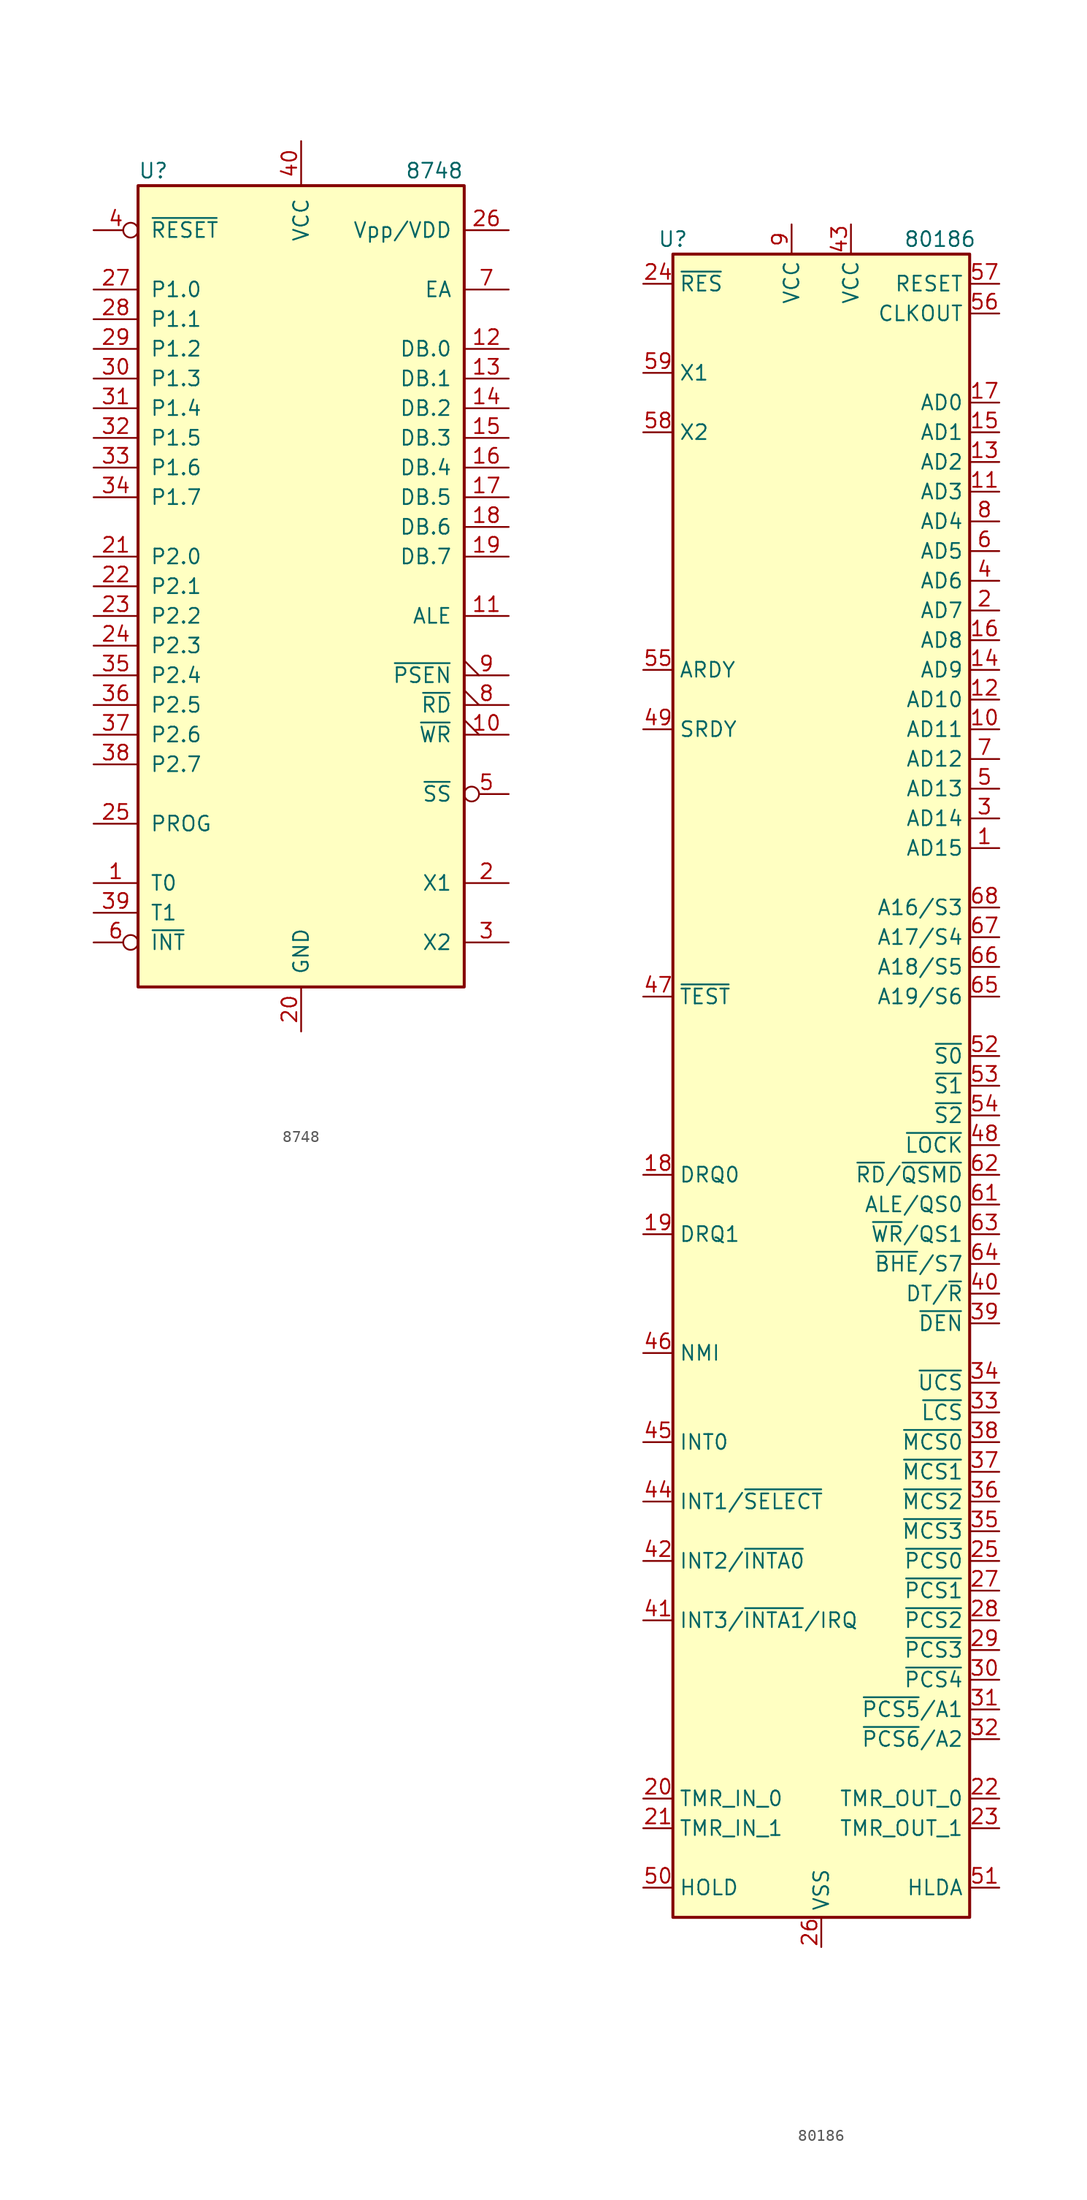
<source format=kicad_sym>
(kicad_symbol_lib
  (version 20211014)
  (generator kicad_symbol_editor)
  (symbol "8748"
    (pin_names
      (offset 1.016))
    (property "Reference" "U"
      (at -13.97 35.56 0)
      (effects (font (size 1.27 1.27)) (justify left)))
    (property "Value" "8748"
      (at 8.89 35.56 0)
      (effects (font (size 1.27 1.27)) (justify left)))
    (symbol "8748_1_1"
      (rectangle (start -13.97 -34.29) (end 13.97 34.29) (stroke (width 0.254) (type default) (color 0 0 0 0)) (fill (type background)))
      (pin input line (at -17.78 -25.4 0) (length 3.81) (name "T0" (effects (font (size 1.27 1.27)))) (number "1" (effects (font (size 1.27 1.27)))))
      (pin output output_low (at 17.78 -12.7 180) (length 3.81) (name "~{WR}" (effects (font (size 1.27 1.27)))) (number "10" (effects (font (size 1.27 1.27)))))
      (pin output line (at 17.78 -2.54 180) (length 3.81) (name "ALE" (effects (font (size 1.27 1.27)))) (number "11" (effects (font (size 1.27 1.27)))))
      (pin bidirectional line (at 17.78 20.32 180) (length 3.81) (name "DB.0" (effects (font (size 1.27 1.27)))) (number "12" (effects (font (size 1.27 1.27)))))
      (pin bidirectional line (at 17.78 17.78 180) (length 3.81) (name "DB.1" (effects (font (size 1.27 1.27)))) (number "13" (effects (font (size 1.27 1.27)))))
      (pin bidirectional line (at 17.78 15.24 180) (length 3.81) (name "DB.2" (effects (font (size 1.27 1.27)))) (number "14" (effects (font (size 1.27 1.27)))))
      (pin bidirectional line (at 17.78 12.7 180) (length 3.81) (name "DB.3" (effects (font (size 1.27 1.27)))) (number "15" (effects (font (size 1.27 1.27)))))
      (pin bidirectional line (at 17.78 10.16 180) (length 3.81) (name "DB.4" (effects (font (size 1.27 1.27)))) (number "16" (effects (font (size 1.27 1.27)))))
      (pin bidirectional line (at 17.78 7.62 180) (length 3.81) (name "DB.5" (effects (font (size 1.27 1.27)))) (number "17" (effects (font (size 1.27 1.27)))))
      (pin bidirectional line (at 17.78 5.08 180) (length 3.81) (name "DB.6" (effects (font (size 1.27 1.27)))) (number "18" (effects (font (size 1.27 1.27)))))
      (pin bidirectional line (at 17.78 2.54 180) (length 3.81) (name "DB.7" (effects (font (size 1.27 1.27)))) (number "19" (effects (font (size 1.27 1.27)))))
      (pin input line (at 17.78 -25.4 180) (length 3.81) (name "X1" (effects (font (size 1.27 1.27)))) (number "2" (effects (font (size 1.27 1.27)))))
      (pin power_in line (at 0 -38.1 90) (length 3.81) (name "GND" (effects (font (size 1.27 1.27)))) (number "20" (effects (font (size 1.27 1.27)))))
      (pin bidirectional line (at -17.78 2.54 0) (length 3.81) (name "P2.0" (effects (font (size 1.27 1.27)))) (number "21" (effects (font (size 1.27 1.27)))))
      (pin bidirectional line (at -17.78 0 0) (length 3.81) (name "P2.1" (effects (font (size 1.27 1.27)))) (number "22" (effects (font (size 1.27 1.27)))))
      (pin bidirectional line (at -17.78 -2.54 0) (length 3.81) (name "P2.2" (effects (font (size 1.27 1.27)))) (number "23" (effects (font (size 1.27 1.27)))))
      (pin bidirectional line (at -17.78 -5.08 0) (length 3.81) (name "P2.3" (effects (font (size 1.27 1.27)))) (number "24" (effects (font (size 1.27 1.27)))))
      (pin output line (at -17.78 -20.32 0) (length 3.81) (name "PROG" (effects (font (size 1.27 1.27)))) (number "25" (effects (font (size 1.27 1.27)))))
      (pin power_in line (at 17.78 30.48 180) (length 3.81) (name "Vpp/VDD" (effects (font (size 1.27 1.27)))) (number "26" (effects (font (size 1.27 1.27)))))
      (pin bidirectional line (at -17.78 25.4 0) (length 3.81) (name "P1.0" (effects (font (size 1.27 1.27)))) (number "27" (effects (font (size 1.27 1.27)))))
      (pin bidirectional line (at -17.78 22.86 0) (length 3.81) (name "P1.1" (effects (font (size 1.27 1.27)))) (number "28" (effects (font (size 1.27 1.27)))))
      (pin bidirectional line (at -17.78 20.32 0) (length 3.81) (name "P1.2" (effects (font (size 1.27 1.27)))) (number "29" (effects (font (size 1.27 1.27)))))
      (pin output line (at 17.78 -30.48 180) (length 3.81) (name "X2" (effects (font (size 1.27 1.27)))) (number "3" (effects (font (size 1.27 1.27)))))
      (pin bidirectional line (at -17.78 17.78 0) (length 3.81) (name "P1.3" (effects (font (size 1.27 1.27)))) (number "30" (effects (font (size 1.27 1.27)))))
      (pin bidirectional line (at -17.78 15.24 0) (length 3.81) (name "P1.4" (effects (font (size 1.27 1.27)))) (number "31" (effects (font (size 1.27 1.27)))))
      (pin bidirectional line (at -17.78 12.7 0) (length 3.81) (name "P1.5" (effects (font (size 1.27 1.27)))) (number "32" (effects (font (size 1.27 1.27)))))
      (pin bidirectional line (at -17.78 10.16 0) (length 3.81) (name "P1.6" (effects (font (size 1.27 1.27)))) (number "33" (effects (font (size 1.27 1.27)))))
      (pin bidirectional line (at -17.78 7.62 0) (length 3.81) (name "P1.7" (effects (font (size 1.27 1.27)))) (number "34" (effects (font (size 1.27 1.27)))))
      (pin bidirectional line (at -17.78 -7.62 0) (length 3.81) (name "P2.4" (effects (font (size 1.27 1.27)))) (number "35" (effects (font (size 1.27 1.27)))))
      (pin bidirectional line (at -17.78 -10.16 0) (length 3.81) (name "P2.5" (effects (font (size 1.27 1.27)))) (number "36" (effects (font (size 1.27 1.27)))))
      (pin bidirectional line (at -17.78 -12.7 0) (length 3.81) (name "P2.6" (effects (font (size 1.27 1.27)))) (number "37" (effects (font (size 1.27 1.27)))))
      (pin bidirectional line (at -17.78 -15.24 0) (length 3.81) (name "P2.7" (effects (font (size 1.27 1.27)))) (number "38" (effects (font (size 1.27 1.27)))))
      (pin input line (at -17.78 -27.94 0) (length 3.81) (name "T1" (effects (font (size 1.27 1.27)))) (number "39" (effects (font (size 1.27 1.27)))))
      (pin input inverted (at -17.78 30.48 0) (length 3.81) (name "~{RESET}" (effects (font (size 1.27 1.27)))) (number "4" (effects (font (size 1.27 1.27)))))
      (pin power_in line (at 0 38.1 270) (length 3.81) (name "VCC" (effects (font (size 1.27 1.27)))) (number "40" (effects (font (size 1.27 1.27)))))
      (pin input inverted (at 17.78 -17.78 180) (length 3.81) (name "~{SS}" (effects (font (size 1.27 1.27)))) (number "5" (effects (font (size 1.27 1.27)))))
      (pin input inverted (at -17.78 -30.48 0) (length 3.81) (name "~{INT}" (effects (font (size 1.27 1.27)))) (number "6" (effects (font (size 1.27 1.27)))))
      (pin input line (at 17.78 25.4 180) (length 3.81) (name "EA" (effects (font (size 1.27 1.27)))) (number "7" (effects (font (size 1.27 1.27)))))
      (pin output output_low (at 17.78 -10.16 180) (length 3.81) (name "~{RD}" (effects (font (size 1.27 1.27)))) (number "8" (effects (font (size 1.27 1.27)))))
      (pin output output_low (at 17.78 -7.62 180) (length 3.81) (name "~{PSEN}" (effects (font (size 1.27 1.27)))) (number "9" (effects (font (size 1.27 1.27)))))))
  (symbol "80186"
    (property "Reference" "U"
      (at -12.7 72.39 0)
      (effects (font (size 1.27 1.27))))
    (property "Value" "80186"
      (at 10.16 72.39 0)
      (effects (font (size 1.27 1.27))))
    (symbol "80186_0_1"
      (rectangle (start 12.7 -71.12) (end -12.7 71.12) (stroke (width 0.254) (type default) (color 0 0 0 0)) (fill (type background))))
    (symbol "80186_1_1"
      (pin bidirectional line (at 15.24 20.32 180) (length 2.54) (name "AD15" (effects (font (size 1.27 1.27)))) (number "1" (effects (font (size 1.27 1.27)))))
      (pin bidirectional line (at 15.24 30.48 180) (length 2.54) (name "AD11" (effects (font (size 1.27 1.27)))) (number "10" (effects (font (size 1.27 1.27)))))
      (pin bidirectional line (at 15.24 50.8 180) (length 2.54) (name "AD3" (effects (font (size 1.27 1.27)))) (number "11" (effects (font (size 1.27 1.27)))))
      (pin bidirectional line (at 15.24 33.02 180) (length 2.54) (name "AD10" (effects (font (size 1.27 1.27)))) (number "12" (effects (font (size 1.27 1.27)))))
      (pin bidirectional line (at 15.24 53.34 180) (length 2.54) (name "AD2" (effects (font (size 1.27 1.27)))) (number "13" (effects (font (size 1.27 1.27)))))
      (pin bidirectional line (at 15.24 35.56 180) (length 2.54) (name "AD9" (effects (font (size 1.27 1.27)))) (number "14" (effects (font (size 1.27 1.27)))))
      (pin bidirectional line (at 15.24 55.88 180) (length 2.54) (name "AD1" (effects (font (size 1.27 1.27)))) (number "15" (effects (font (size 1.27 1.27)))))
      (pin bidirectional line (at 15.24 38.1 180) (length 2.54) (name "AD8" (effects (font (size 1.27 1.27)))) (number "16" (effects (font (size 1.27 1.27)))))
      (pin bidirectional line (at 15.24 58.42 180) (length 2.54) (name "AD0" (effects (font (size 1.27 1.27)))) (number "17" (effects (font (size 1.27 1.27)))))
      (pin input line (at -15.24 -7.62 0) (length 2.54) (name "DRQ0" (effects (font (size 1.27 1.27)))) (number "18" (effects (font (size 1.27 1.27)))))
      (pin input line (at -15.24 -12.7 0) (length 2.54) (name "DRQ1" (effects (font (size 1.27 1.27)))) (number "19" (effects (font (size 1.27 1.27)))))
      (pin bidirectional line (at 15.24 40.64 180) (length 2.54) (name "AD7" (effects (font (size 1.27 1.27)))) (number "2" (effects (font (size 1.27 1.27)))))
      (pin input line (at -15.24 -60.96 0) (length 2.54) (name "TMR_IN_0" (effects (font (size 1.27 1.27)))) (number "20" (effects (font (size 1.27 1.27)))))
      (pin input line (at -15.24 -63.5 0) (length 2.54) (name "TMR_IN_1" (effects (font (size 1.27 1.27)))) (number "21" (effects (font (size 1.27 1.27)))))
      (pin output line (at 15.24 -60.96 180) (length 2.54) (name "TMR_OUT_0" (effects (font (size 1.27 1.27)))) (number "22" (effects (font (size 1.27 1.27)))))
      (pin output line (at 15.24 -63.5 180) (length 2.54) (name "TMR_OUT_1" (effects (font (size 1.27 1.27)))) (number "23" (effects (font (size 1.27 1.27)))))
      (pin input line (at -15.24 68.58 0) (length 2.54) (name "~{RES}" (effects (font (size 1.27 1.27)))) (number "24" (effects (font (size 1.27 1.27)))))
      (pin output line (at 15.24 -40.64 180) (length 2.54) (name "~{PCS0}" (effects (font (size 1.27 1.27)))) (number "25" (effects (font (size 1.27 1.27)))))
      (pin power_in line (at 0 -73.66 90) (length 2.54) (name "VSS" (effects (font (size 1.27 1.27)))) (number "26" (effects (font (size 1.27 1.27)))))
      (pin output line (at 15.24 -43.18 180) (length 2.54) (name "~{PCS1}" (effects (font (size 1.27 1.27)))) (number "27" (effects (font (size 1.27 1.27)))))
      (pin output line (at 15.24 -45.72 180) (length 2.54) (name "~{PCS2}" (effects (font (size 1.27 1.27)))) (number "28" (effects (font (size 1.27 1.27)))))
      (pin output line (at 15.24 -48.26 180) (length 2.54) (name "~{PCS3}" (effects (font (size 1.27 1.27)))) (number "29" (effects (font (size 1.27 1.27)))))
      (pin bidirectional line (at 15.24 22.86 180) (length 2.54) (name "AD14" (effects (font (size 1.27 1.27)))) (number "3" (effects (font (size 1.27 1.27)))))
      (pin output line (at 15.24 -50.8 180) (length 2.54) (name "~{PCS4}" (effects (font (size 1.27 1.27)))) (number "30" (effects (font (size 1.27 1.27)))))
      (pin output line (at 15.24 -53.34 180) (length 2.54) (name "~{PCS5}/A1" (effects (font (size 1.27 1.27)))) (number "31" (effects (font (size 1.27 1.27)))))
      (pin output line (at 15.24 -55.88 180) (length 2.54) (name "~{PCS6}/A2" (effects (font (size 1.27 1.27)))) (number "32" (effects (font (size 1.27 1.27)))))
      (pin output line (at 15.24 -27.94 180) (length 2.54) (name "~{LCS}" (effects (font (size 1.27 1.27)))) (number "33" (effects (font (size 1.27 1.27)))))
      (pin output line (at 15.24 -25.4 180) (length 2.54) (name "~{UCS}" (effects (font (size 1.27 1.27)))) (number "34" (effects (font (size 1.27 1.27)))))
      (pin output line (at 15.24 -38.1 180) (length 2.54) (name "~{MCS3}" (effects (font (size 1.27 1.27)))) (number "35" (effects (font (size 1.27 1.27)))))
      (pin output line (at 15.24 -35.56 180) (length 2.54) (name "~{MCS2}" (effects (font (size 1.27 1.27)))) (number "36" (effects (font (size 1.27 1.27)))))
      (pin output line (at 15.24 -33.02 180) (length 2.54) (name "~{MCS1}" (effects (font (size 1.27 1.27)))) (number "37" (effects (font (size 1.27 1.27)))))
      (pin output line (at 15.24 -30.48 180) (length 2.54) (name "~{MCS0}" (effects (font (size 1.27 1.27)))) (number "38" (effects (font (size 1.27 1.27)))))
      (pin output line (at 15.24 -20.32 180) (length 2.54) (name "~{DEN}" (effects (font (size 1.27 1.27)))) (number "39" (effects (font (size 1.27 1.27)))))
      (pin bidirectional line (at 15.24 43.18 180) (length 2.54) (name "AD6" (effects (font (size 1.27 1.27)))) (number "4" (effects (font (size 1.27 1.27)))))
      (pin output line (at 15.24 -17.78 180) (length 2.54) (name "DT/~{R}" (effects (font (size 1.27 1.27)))) (number "40" (effects (font (size 1.27 1.27)))))
      (pin bidirectional line (at -15.24 -45.72 0) (length 2.54) (name "INT3/~{INTA1}/IRQ" (effects (font (size 1.27 1.27)))) (number "41" (effects (font (size 1.27 1.27)))))
      (pin bidirectional line (at -15.24 -40.64 0) (length 2.54) (name "INT2/~{INTA0}" (effects (font (size 1.27 1.27)))) (number "42" (effects (font (size 1.27 1.27)))))
      (pin power_in line (at 2.54 73.66 270) (length 2.54) (name "VCC" (effects (font (size 1.27 1.27)))) (number "43" (effects (font (size 1.27 1.27)))))
      (pin input line (at -15.24 -35.56 0) (length 2.54) (name "INT1/~{SELECT}" (effects (font (size 1.27 1.27)))) (number "44" (effects (font (size 1.27 1.27)))))
      (pin input line (at -15.24 -30.48 0) (length 2.54) (name "INT0" (effects (font (size 1.27 1.27)))) (number "45" (effects (font (size 1.27 1.27)))))
      (pin input line (at -15.24 -22.86 0) (length 2.54) (name "NMI" (effects (font (size 1.27 1.27)))) (number "46" (effects (font (size 1.27 1.27)))))
      (pin bidirectional line (at -15.24 7.62 0) (length 2.54) (name "~{TEST}" (effects (font (size 1.27 1.27)))) (number "47" (effects (font (size 1.27 1.27)))))
      (pin output line (at 15.24 -5.08 180) (length 2.54) (name "~{LOCK}" (effects (font (size 1.27 1.27)))) (number "48" (effects (font (size 1.27 1.27)))))
      (pin input line (at -15.24 30.48 0) (length 2.54) (name "SRDY" (effects (font (size 1.27 1.27)))) (number "49" (effects (font (size 1.27 1.27)))))
      (pin bidirectional line (at 15.24 25.4 180) (length 2.54) (name "AD13" (effects (font (size 1.27 1.27)))) (number "5" (effects (font (size 1.27 1.27)))))
      (pin input line (at -15.24 -68.58 0) (length 2.54) (name "HOLD" (effects (font (size 1.27 1.27)))) (number "50" (effects (font (size 1.27 1.27)))))
      (pin output line (at 15.24 -68.58 180) (length 2.54) (name "HLDA" (effects (font (size 1.27 1.27)))) (number "51" (effects (font (size 1.27 1.27)))))
      (pin output line (at 15.24 2.54 180) (length 2.54) (name "~{S0}" (effects (font (size 1.27 1.27)))) (number "52" (effects (font (size 1.27 1.27)))))
      (pin output line (at 15.24 0 180) (length 2.54) (name "~{S1}" (effects (font (size 1.27 1.27)))) (number "53" (effects (font (size 1.27 1.27)))))
      (pin output line (at 15.24 -2.54 180) (length 2.54) (name "~{S2}" (effects (font (size 1.27 1.27)))) (number "54" (effects (font (size 1.27 1.27)))))
      (pin input line (at -15.24 35.56 0) (length 2.54) (name "ARDY" (effects (font (size 1.27 1.27)))) (number "55" (effects (font (size 1.27 1.27)))))
      (pin output line (at 15.24 66.04 180) (length 2.54) (name "CLKOUT" (effects (font (size 1.27 1.27)))) (number "56" (effects (font (size 1.27 1.27)))))
      (pin output line (at 15.24 68.58 180) (length 2.54) (name "RESET" (effects (font (size 1.27 1.27)))) (number "57" (effects (font (size 1.27 1.27)))))
      (pin output line (at -15.24 55.88 0) (length 2.54) (name "X2" (effects (font (size 1.27 1.27)))) (number "58" (effects (font (size 1.27 1.27)))))
      (pin input line (at -15.24 60.96 0) (length 2.54) (name "X1" (effects (font (size 1.27 1.27)))) (number "59" (effects (font (size 1.27 1.27)))))
      (pin bidirectional line (at 15.24 45.72 180) (length 2.54) (name "AD5" (effects (font (size 1.27 1.27)))) (number "6" (effects (font (size 1.27 1.27)))))
      (pin passive line (at 0 -73.66 90) (length 2.54) hide (name "VSS" (effects (font (size 1.27 1.27)))) (number "60" (effects (font (size 1.27 1.27)))))
      (pin output line (at 15.24 -10.16 180) (length 2.54) (name "ALE/QS0" (effects (font (size 1.27 1.27)))) (number "61" (effects (font (size 1.27 1.27)))))
      (pin output line (at 15.24 -7.62 180) (length 2.54) (name "~{RD}/~{QSMD}" (effects (font (size 1.27 1.27)))) (number "62" (effects (font (size 1.27 1.27)))))
      (pin output line (at 15.24 -12.7 180) (length 2.54) (name "~{WR}/QS1" (effects (font (size 1.27 1.27)))) (number "63" (effects (font (size 1.27 1.27)))))
      (pin output line (at 15.24 -15.24 180) (length 2.54) (name "~{BHE}/S7" (effects (font (size 1.27 1.27)))) (number "64" (effects (font (size 1.27 1.27)))))
      (pin output line (at 15.24 7.62 180) (length 2.54) (name "A19/S6" (effects (font (size 1.27 1.27)))) (number "65" (effects (font (size 1.27 1.27)))))
      (pin output line (at 15.24 10.16 180) (length 2.54) (name "A18/S5" (effects (font (size 1.27 1.27)))) (number "66" (effects (font (size 1.27 1.27)))))
      (pin output line (at 15.24 12.7 180) (length 2.54) (name "A17/S4" (effects (font (size 1.27 1.27)))) (number "67" (effects (font (size 1.27 1.27)))))
      (pin output line (at 15.24 15.24 180) (length 2.54) (name "A16/S3" (effects (font (size 1.27 1.27)))) (number "68" (effects (font (size 1.27 1.27)))))
      (pin bidirectional line (at 15.24 27.94 180) (length 2.54) (name "AD12" (effects (font (size 1.27 1.27)))) (number "7" (effects (font (size 1.27 1.27)))))
      (pin bidirectional line (at 15.24 48.26 180) (length 2.54) (name "AD4" (effects (font (size 1.27 1.27)))) (number "8" (effects (font (size 1.27 1.27)))))
      (pin power_in line (at -2.54 73.66 270) (length 2.54) (name "VCC" (effects (font (size 1.27 1.27)))) (number "9" (effects (font (size 1.27 1.27))))))))
</source>
